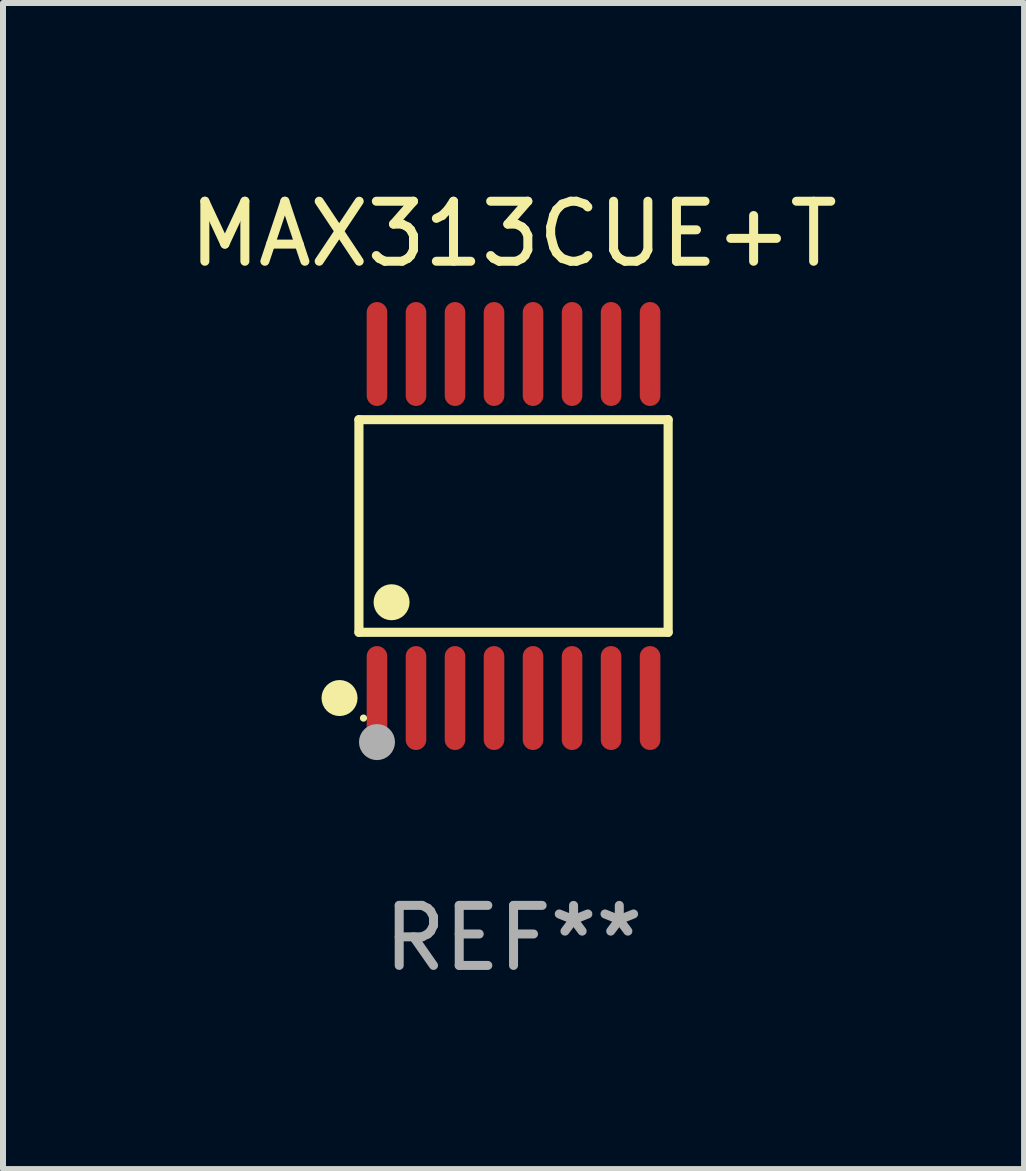
<source format=kicad_pcb>
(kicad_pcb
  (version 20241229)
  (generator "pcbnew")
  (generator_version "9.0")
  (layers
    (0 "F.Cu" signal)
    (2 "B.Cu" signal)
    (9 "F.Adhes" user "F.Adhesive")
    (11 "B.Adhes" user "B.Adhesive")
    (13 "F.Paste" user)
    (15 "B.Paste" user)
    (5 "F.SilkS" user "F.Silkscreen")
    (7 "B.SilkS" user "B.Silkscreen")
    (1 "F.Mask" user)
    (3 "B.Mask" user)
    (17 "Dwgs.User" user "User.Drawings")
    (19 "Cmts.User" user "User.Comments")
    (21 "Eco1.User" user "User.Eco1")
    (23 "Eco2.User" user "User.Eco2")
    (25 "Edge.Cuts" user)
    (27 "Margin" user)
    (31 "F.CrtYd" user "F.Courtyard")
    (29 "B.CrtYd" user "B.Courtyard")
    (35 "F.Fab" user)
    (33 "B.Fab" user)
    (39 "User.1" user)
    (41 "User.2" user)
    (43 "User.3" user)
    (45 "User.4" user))
  (footprint "MAX313CUE+T"
    (layer "F.Cu")
    (at 5.506 5.714)
    (property "Reference" "MAX313CUE+T" (at 0 -4.866 0) (layer "F.SilkS") (effects (font (size 1 1) (thickness 0.15))))
    (attr through_hole)
    (fp_line (start -2.576 -1.772) (end 2.576 -1.772) (stroke (width 0.152) (type solid)) (layer "F.SilkS"))
    (fp_line (start -2.576 1.771) (end -2.576 -1.772) (stroke (width 0.152) (type solid)) (layer "F.SilkS"))
    (fp_line (start 2.576 -1.772) (end 2.576 1.771) (stroke (width 0.152) (type solid)) (layer "F.SilkS"))
    (fp_line (start 2.576 1.771) (end -2.576 1.771) (stroke (width 0.152) (type solid)) (layer "F.SilkS"))
    (fp_circle (center -2.899 2.866) (end -2.749 2.866) (stroke (width 0.3) (type solid)) (fill no) (layer "F.SilkS"))
    (fp_circle (center -2.5 3.2) (end -2.47 3.2) (stroke (width 0.06) (type solid)) (fill no) (layer "F.SilkS"))
    (fp_circle (center -2.032 1.27) (end -1.882 1.27) (stroke (width 0.3) (type solid)) (fill no) (layer "F.SilkS"))
    (fp_circle (center -2.275 3.6) (end -2.125 3.6) (stroke (width 0.3) (type solid)) (fill no) (layer "F.Fab"))
    (fp_text user "REF**" (at 0 6.866 0) (layer "F.Fab") (effects (font (size 1 1) (thickness 0.15))))
    (pad "1" smd oval (at -2.275 2.866) (size 0.343 1.731) (layers "F.Cu" "F.Mask" "F.Paste"))
    (pad "2" smd oval (at -1.625 2.866) (size 0.343 1.731) (layers "F.Cu" "F.Mask" "F.Paste"))
    (pad "3" smd oval (at -0.975 2.866) (size 0.343 1.731) (layers "F.Cu" "F.Mask" "F.Paste"))
    (pad "4" smd oval (at -0.325 2.866) (size 0.343 1.731) (layers "F.Cu" "F.Mask" "F.Paste"))
    (pad "5" smd oval (at 0.325 2.866) (size 0.343 1.731) (layers "F.Cu" "F.Mask" "F.Paste"))
    (pad "6" smd oval (at 0.975 2.866) (size 0.343 1.731) (layers "F.Cu" "F.Mask" "F.Paste"))
    (pad "7" smd oval (at 1.625 2.866) (size 0.343 1.731) (layers "F.Cu" "F.Mask" "F.Paste"))
    (pad "8" smd oval (at 2.275 2.866) (size 0.343 1.731) (layers "F.Cu" "F.Mask" "F.Paste"))
    (pad "9" smd oval (at 2.275 -2.866) (size 0.343 1.731) (layers "F.Cu" "F.Mask" "F.Paste"))
    (pad "10" smd oval (at 1.625 -2.866) (size 0.343 1.731) (layers "F.Cu" "F.Mask" "F.Paste"))
    (pad "11" smd oval (at 0.975 -2.866) (size 0.343 1.731) (layers "F.Cu" "F.Mask" "F.Paste"))
    (pad "12" smd oval (at 0.325 -2.866) (size 0.343 1.731) (layers "F.Cu" "F.Mask" "F.Paste"))
    (pad "13" smd oval (at -0.325 -2.866) (size 0.343 1.731) (layers "F.Cu" "F.Mask" "F.Paste"))
    (pad "14" smd oval (at -0.975 -2.866) (size 0.343 1.731) (layers "F.Cu" "F.Mask" "F.Paste"))
    (pad "15" smd oval (at -1.625 -2.866) (size 0.343 1.731) (layers "F.Cu" "F.Mask" "F.Paste"))
    (pad "16" smd oval (at -2.275 -2.866) (size 0.343 1.731) (layers "F.Cu" "F.Mask" "F.Paste")))
  (gr_rect
    (start -3 -3)
    (end 14.012 16.428)
    (stroke (width 0.1) (type default))
    (fill no)
    (layer "Edge.Cuts")))
</source>
